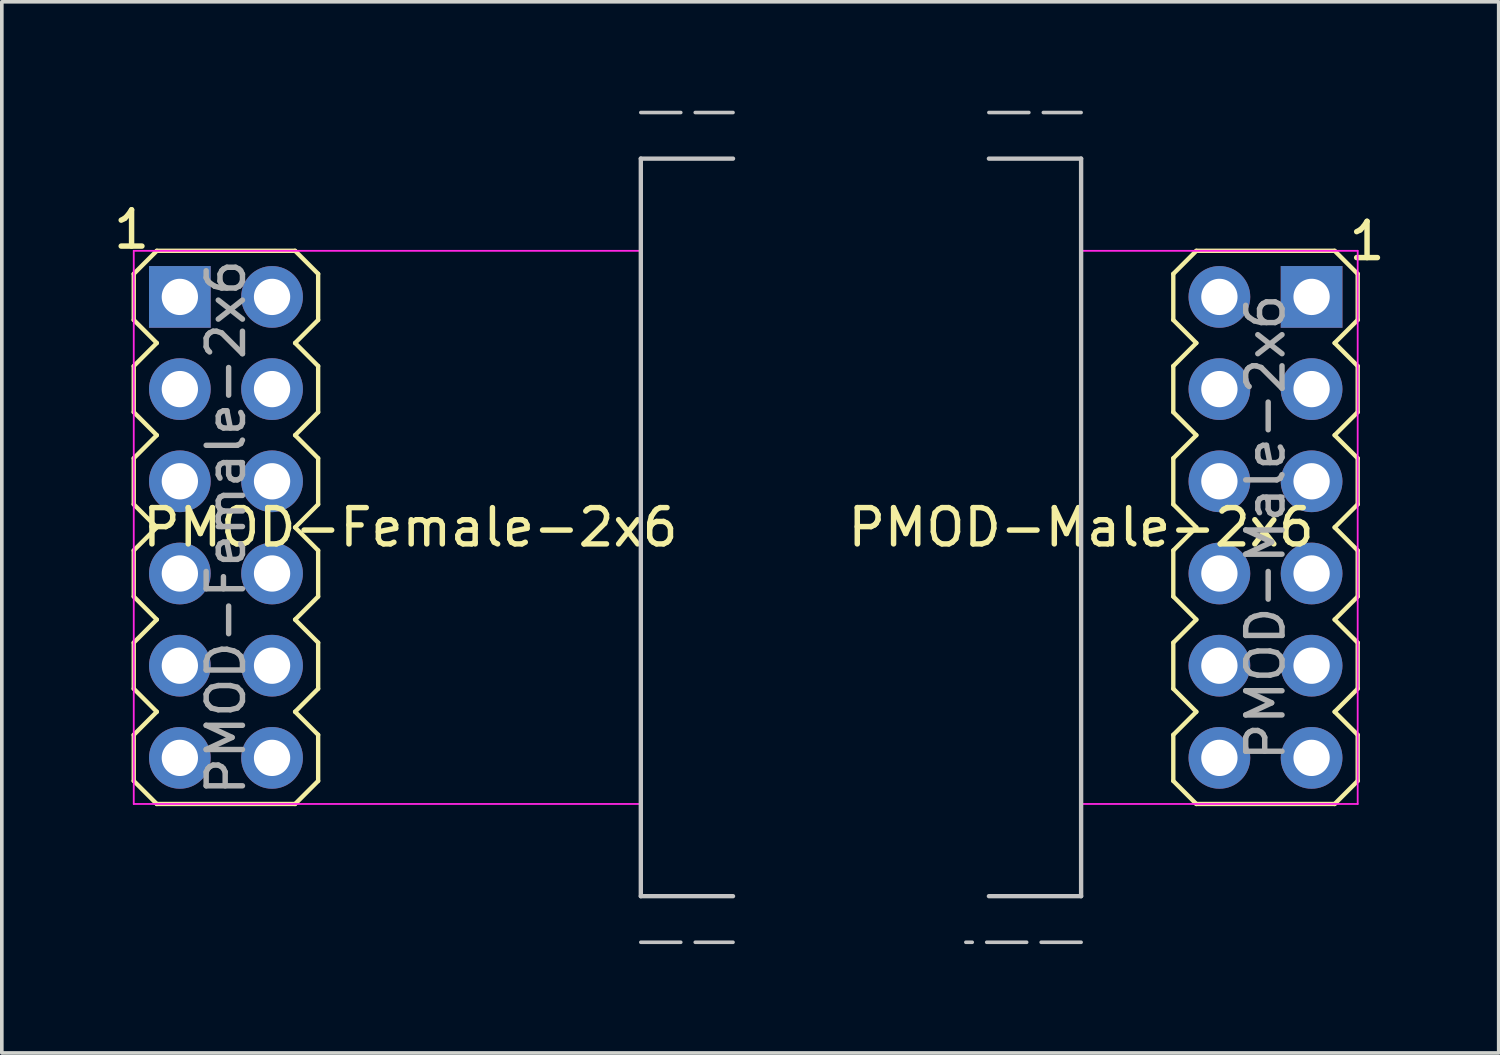
<source format=kicad_pcb>
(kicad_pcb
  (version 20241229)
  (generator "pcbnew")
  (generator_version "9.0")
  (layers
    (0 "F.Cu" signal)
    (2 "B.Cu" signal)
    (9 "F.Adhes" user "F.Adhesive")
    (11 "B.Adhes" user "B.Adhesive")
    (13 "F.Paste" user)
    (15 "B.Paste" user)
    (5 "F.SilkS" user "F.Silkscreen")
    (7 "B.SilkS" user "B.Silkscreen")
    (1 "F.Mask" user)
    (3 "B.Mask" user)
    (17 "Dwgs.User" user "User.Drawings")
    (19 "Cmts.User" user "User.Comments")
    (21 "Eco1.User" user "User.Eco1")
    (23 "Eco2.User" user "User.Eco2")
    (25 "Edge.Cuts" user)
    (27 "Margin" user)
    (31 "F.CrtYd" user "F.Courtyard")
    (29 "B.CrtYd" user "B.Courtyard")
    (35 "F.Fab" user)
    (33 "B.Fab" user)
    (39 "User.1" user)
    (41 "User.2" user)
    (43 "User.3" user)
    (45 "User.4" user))
  (footprint "PMOD-Male-2x6"
    (layer "F.Cu")
    (at 31.815 11.48)
    (property "Reference" "PMOD-Male-2x6" (at -5.08 0 0) (unlocked yes) (layer "F.SilkS") (effects (font (size 1 1) (thickness 0.15))))
    (attr through_hole)
    (fp_line (start -2.54 -6.985) (end -2.54 -5.715) (stroke (width 0.12) (type default)) (layer "F.SilkS"))
    (fp_line (start -2.54 -5.715) (end -1.905 -5.08) (stroke (width 0.12) (type default)) (layer "F.SilkS"))
    (fp_line (start -2.54 -4.445) (end -2.54 -3.175) (stroke (width 0.12) (type default)) (layer "F.SilkS"))
    (fp_line (start -2.54 -3.175) (end -1.905 -2.54) (stroke (width 0.12) (type default)) (layer "F.SilkS"))
    (fp_line (start -2.54 -1.905) (end -2.54 -0.635) (stroke (width 0.12) (type default)) (layer "F.SilkS"))
    (fp_line (start -2.54 -0.635) (end -1.905 0) (stroke (width 0.12) (type default)) (layer "F.SilkS"))
    (fp_line (start -2.54 0.635) (end -2.54 1.905) (stroke (width 0.12) (type default)) (layer "F.SilkS"))
    (fp_line (start -2.54 1.905) (end -1.905 2.54) (stroke (width 0.12) (type default)) (layer "F.SilkS"))
    (fp_line (start -2.54 3.175) (end -2.54 4.445) (stroke (width 0.12) (type default)) (layer "F.SilkS"))
    (fp_line (start -2.54 4.445) (end -1.905 5.08) (stroke (width 0.12) (type default)) (layer "F.SilkS"))
    (fp_line (start -2.54 5.715) (end -2.54 6.985) (stroke (width 0.12) (type default)) (layer "F.SilkS"))
    (fp_line (start -2.54 6.985) (end -1.905 7.62) (stroke (width 0.12) (type default)) (layer "F.SilkS"))
    (fp_line (start -1.905 -7.62) (end -2.54 -6.985) (stroke (width 0.12) (type default)) (layer "F.SilkS"))
    (fp_line (start -1.905 -5.08) (end -2.54 -4.445) (stroke (width 0.12) (type default)) (layer "F.SilkS"))
    (fp_line (start -1.905 -2.54) (end -2.54 -1.905) (stroke (width 0.12) (type default)) (layer "F.SilkS"))
    (fp_line (start -1.905 0) (end -2.54 0.635) (stroke (width 0.12) (type default)) (layer "F.SilkS"))
    (fp_line (start -1.905 2.54) (end -2.54 3.175) (stroke (width 0.12) (type default)) (layer "F.SilkS"))
    (fp_line (start -1.905 5.08) (end -2.54 5.715) (stroke (width 0.12) (type default)) (layer "F.SilkS"))
    (fp_line (start -1.905 7.62) (end 1.905 7.62) (stroke (width 0.12) (type default)) (layer "F.SilkS"))
    (fp_line (start 1.905 -7.62) (end -1.905 -7.62) (stroke (width 0.12) (type default)) (layer "F.SilkS"))
    (fp_line (start 1.905 -5.08) (end 2.54 -5.715) (stroke (width 0.12) (type default)) (layer "F.SilkS"))
    (fp_line (start 1.905 -2.54) (end 2.54 -3.175) (stroke (width 0.12) (type default)) (layer "F.SilkS"))
    (fp_line (start 1.905 0) (end 2.54 -0.635) (stroke (width 0.12) (type default)) (layer "F.SilkS"))
    (fp_line (start 1.905 2.54) (end 2.54 1.905) (stroke (width 0.12) (type default)) (layer "F.SilkS"))
    (fp_line (start 1.905 5.08) (end 2.54 4.445) (stroke (width 0.12) (type default)) (layer "F.SilkS"))
    (fp_line (start 1.905 7.62) (end 2.54 6.985) (stroke (width 0.12) (type default)) (layer "F.SilkS"))
    (fp_line (start 2.54 -6.985) (end 1.905 -7.62) (stroke (width 0.12) (type default)) (layer "F.SilkS"))
    (fp_line (start 2.54 -5.715) (end 2.54 -6.985) (stroke (width 0.12) (type default)) (layer "F.SilkS"))
    (fp_line (start 2.54 -4.445) (end 1.905 -5.08) (stroke (width 0.12) (type default)) (layer "F.SilkS"))
    (fp_line (start 2.54 -3.175) (end 2.54 -4.445) (stroke (width 0.12) (type default)) (layer "F.SilkS"))
    (fp_line (start 2.54 -1.905) (end 1.905 -2.54) (stroke (width 0.12) (type default)) (layer "F.SilkS"))
    (fp_line (start 2.54 -0.635) (end 2.54 -1.905) (stroke (width 0.12) (type default)) (layer "F.SilkS"))
    (fp_line (start 2.54 0.635) (end 1.905 0) (stroke (width 0.12) (type default)) (layer "F.SilkS"))
    (fp_line (start 2.54 1.905) (end 2.54 0.635) (stroke (width 0.12) (type default)) (layer "F.SilkS"))
    (fp_line (start 2.54 3.175) (end 1.905 2.54) (stroke (width 0.12) (type default)) (layer "F.SilkS"))
    (fp_line (start 2.54 4.445) (end 2.54 3.175) (stroke (width 0.12) (type default)) (layer "F.SilkS"))
    (fp_line (start 2.54 5.715) (end 1.905 5.08) (stroke (width 0.12) (type default)) (layer "F.SilkS"))
    (fp_line (start 2.54 6.985) (end 2.54 5.715) (stroke (width 0.12) (type default)) (layer "F.SilkS"))
    (fp_line (start -7.62 -11.43) (end -5.08 -11.43) (stroke (width 0.1) (type dash)) (layer "Dwgs.User"))
    (fp_line (start -5.08 -10.16) (end -7.62 -10.16) (stroke (width 0.12) (type default)) (layer "Dwgs.User"))
    (fp_line (start -5.08 -10.16) (end -5.08 10.16) (stroke (width 0.12) (type default)) (layer "Dwgs.User"))
    (fp_line (start -5.08 10.16) (end -7.62 10.16) (stroke (width 0.12) (type default)) (layer "Dwgs.User"))
    (fp_line (start -5.08 11.43) (end -8.255 11.43) (stroke (width 0.1) (type dash)) (layer "Dwgs.User"))
    (fp_line (start -5.08 -7.62) (end 2.54 -7.62) (stroke (width 0.05) (type default)) (layer "F.CrtYd"))
    (fp_line (start -5.08 7.62) (end -5.08 -7.62) (stroke (width 0.05) (type default)) (layer "F.CrtYd"))
    (fp_line (start 2.54 -7.62) (end 2.54 7.62) (stroke (width 0.05) (type default)) (layer "F.CrtYd"))
    (fp_line (start 2.54 7.62) (end -5.08 7.62) (stroke (width 0.05) (type default)) (layer "F.CrtYd"))
    (fp_text user "1" (at 2.223 -7.303 0) (unlocked yes) (layer "F.SilkS") (effects (font (size 1 1) (thickness 0.15)) (justify left bottom)))
    (fp_text user "${REFERENCE}" (at 0 0 90) (unlocked yes) (layer "F.Fab") (effects (font (size 1 1) (thickness 0.15))))
    (pad "1" thru_hole rect (at 1.27 -6.35) (size 1.7 1.7) (drill 1) (layers "*.Cu" "*.Mask"))
    (pad "2" thru_hole circle (at 1.27 -3.81) (size 1.7 1.7) (drill 1) (layers "*.Cu" "*.Mask"))
    (pad "3" thru_hole circle (at 1.27 -1.27) (size 1.7 1.7) (drill 1) (layers "*.Cu" "*.Mask"))
    (pad "4" thru_hole circle (at 1.27 1.27) (size 1.7 1.7) (drill 1) (layers "*.Cu" "*.Mask"))
    (pad "5" thru_hole circle (at 1.27 3.81) (size 1.7 1.7) (drill 1) (layers "*.Cu" "*.Mask"))
    (pad "6" thru_hole circle (at 1.27 6.35) (size 1.7 1.7) (drill 1) (layers "*.Cu" "*.Mask"))
    (pad "7" thru_hole circle (at -1.27 -6.35) (size 1.7 1.7) (drill 1) (layers "*.Cu" "*.Mask"))
    (pad "8" thru_hole circle (at -1.27 -3.81) (size 1.7 1.7) (drill 1) (layers "*.Cu" "*.Mask"))
    (pad "9" thru_hole circle (at -1.27 -1.27) (size 1.7 1.7) (drill 1) (layers "*.Cu" "*.Mask"))
    (pad "10" thru_hole circle (at -1.27 1.27) (size 1.7 1.7) (drill 1) (layers "*.Cu" "*.Mask"))
    (pad "11" thru_hole circle (at -1.27 3.81) (size 1.7 1.7) (drill 1) (layers "*.Cu" "*.Mask"))
    (pad "12" thru_hole circle (at -1.27 6.35) (size 1.7 1.7) (drill 1) (layers "*.Cu" "*.Mask")))
  (footprint "PMOD-Female-2x6"
    (layer "F.Cu")
    (at 3.175 11.48)
    (property "Reference" "PMOD-Female-2x6" (at 5.08 0 0) (unlocked yes) (layer "F.SilkS") (effects (font (size 1 1) (thickness 0.15))))
    (attr through_hole)
    (fp_line (start -2.54 -6.985) (end -2.54 -5.715) (stroke (width 0.12) (type default)) (layer "F.SilkS"))
    (fp_line (start -2.54 -5.715) (end -1.905 -5.08) (stroke (width 0.12) (type default)) (layer "F.SilkS"))
    (fp_line (start -2.54 -4.445) (end -2.54 -3.175) (stroke (width 0.12) (type default)) (layer "F.SilkS"))
    (fp_line (start -2.54 -3.175) (end -1.905 -2.54) (stroke (width 0.12) (type default)) (layer "F.SilkS"))
    (fp_line (start -2.54 -1.905) (end -2.54 -0.635) (stroke (width 0.12) (type default)) (layer "F.SilkS"))
    (fp_line (start -2.54 -0.635) (end -1.905 0) (stroke (width 0.12) (type default)) (layer "F.SilkS"))
    (fp_line (start -2.54 0.635) (end -2.54 1.905) (stroke (width 0.12) (type default)) (layer "F.SilkS"))
    (fp_line (start -2.54 1.905) (end -1.905 2.54) (stroke (width 0.12) (type default)) (layer "F.SilkS"))
    (fp_line (start -2.54 3.175) (end -2.54 4.445) (stroke (width 0.12) (type default)) (layer "F.SilkS"))
    (fp_line (start -2.54 4.445) (end -1.905 5.08) (stroke (width 0.12) (type default)) (layer "F.SilkS"))
    (fp_line (start -2.54 5.715) (end -2.54 6.985) (stroke (width 0.12) (type default)) (layer "F.SilkS"))
    (fp_line (start -2.54 6.985) (end -1.905 7.62) (stroke (width 0.12) (type default)) (layer "F.SilkS"))
    (fp_line (start -1.905 -7.62) (end -2.54 -6.985) (stroke (width 0.12) (type default)) (layer "F.SilkS"))
    (fp_line (start -1.905 -5.08) (end -2.54 -4.445) (stroke (width 0.12) (type default)) (layer "F.SilkS"))
    (fp_line (start -1.905 -2.54) (end -2.54 -1.905) (stroke (width 0.12) (type default)) (layer "F.SilkS"))
    (fp_line (start -1.905 0) (end -2.54 0.635) (stroke (width 0.12) (type default)) (layer "F.SilkS"))
    (fp_line (start -1.905 2.54) (end -2.54 3.175) (stroke (width 0.12) (type default)) (layer "F.SilkS"))
    (fp_line (start -1.905 5.08) (end -2.54 5.715) (stroke (width 0.12) (type default)) (layer "F.SilkS"))
    (fp_line (start -1.905 7.62) (end 1.905 7.62) (stroke (width 0.12) (type default)) (layer "F.SilkS"))
    (fp_line (start 1.905 -7.62) (end -1.905 -7.62) (stroke (width 0.12) (type default)) (layer "F.SilkS"))
    (fp_line (start 1.905 -5.08) (end 2.54 -5.715) (stroke (width 0.12) (type default)) (layer "F.SilkS"))
    (fp_line (start 1.905 -2.54) (end 2.54 -3.175) (stroke (width 0.12) (type default)) (layer "F.SilkS"))
    (fp_line (start 1.905 0) (end 2.54 -0.635) (stroke (width 0.12) (type default)) (layer "F.SilkS"))
    (fp_line (start 1.905 2.54) (end 2.54 1.905) (stroke (width 0.12) (type default)) (layer "F.SilkS"))
    (fp_line (start 1.905 5.08) (end 2.54 4.445) (stroke (width 0.12) (type default)) (layer "F.SilkS"))
    (fp_line (start 1.905 7.62) (end 2.54 6.985) (stroke (width 0.12) (type default)) (layer "F.SilkS"))
    (fp_line (start 2.54 -6.985) (end 1.905 -7.62) (stroke (width 0.12) (type default)) (layer "F.SilkS"))
    (fp_line (start 2.54 -5.715) (end 2.54 -6.985) (stroke (width 0.12) (type default)) (layer "F.SilkS"))
    (fp_line (start 2.54 -4.445) (end 1.905 -5.08) (stroke (width 0.12) (type default)) (layer "F.SilkS"))
    (fp_line (start 2.54 -3.175) (end 2.54 -4.445) (stroke (width 0.12) (type default)) (layer "F.SilkS"))
    (fp_line (start 2.54 -1.905) (end 1.905 -2.54) (stroke (width 0.12) (type default)) (layer "F.SilkS"))
    (fp_line (start 2.54 -0.635) (end 2.54 -1.905) (stroke (width 0.12) (type default)) (layer "F.SilkS"))
    (fp_line (start 2.54 0.635) (end 1.905 0) (stroke (width 0.12) (type default)) (layer "F.SilkS"))
    (fp_line (start 2.54 1.905) (end 2.54 0.635) (stroke (width 0.12) (type default)) (layer "F.SilkS"))
    (fp_line (start 2.54 3.175) (end 1.905 2.54) (stroke (width 0.12) (type default)) (layer "F.SilkS"))
    (fp_line (start 2.54 4.445) (end 2.54 3.175) (stroke (width 0.12) (type default)) (layer "F.SilkS"))
    (fp_line (start 2.54 5.715) (end 1.905 5.08) (stroke (width 0.12) (type default)) (layer "F.SilkS"))
    (fp_line (start 2.54 6.985) (end 2.54 5.715) (stroke (width 0.12) (type default)) (layer "F.SilkS"))
    (fp_line (start 11.43 -11.43) (end 13.97 -11.43) (stroke (width 0.1) (type dash)) (layer "Dwgs.User"))
    (fp_line (start 11.43 -10.16) (end 11.43 10.16) (stroke (width 0.12) (type default)) (layer "Dwgs.User"))
    (fp_line (start 11.43 10.16) (end 13.97 10.16) (stroke (width 0.12) (type default)) (layer "Dwgs.User"))
    (fp_line (start 11.43 11.43) (end 13.97 11.43) (stroke (width 0.1) (type dash)) (layer "Dwgs.User"))
    (fp_line (start 13.97 -10.16) (end 11.43 -10.16) (stroke (width 0.12) (type default)) (layer "Dwgs.User"))
    (fp_line (start -2.54 -7.62) (end 11.43 -7.62) (stroke (width 0.05) (type default)) (layer "F.CrtYd"))
    (fp_line (start -2.54 7.62) (end -2.54 -7.62) (stroke (width 0.05) (type default)) (layer "F.CrtYd"))
    (fp_line (start 11.43 -7.62) (end 11.43 7.62) (stroke (width 0.05) (type default)) (layer "F.CrtYd"))
    (fp_line (start 11.43 7.62) (end -2.54 7.62) (stroke (width 0.05) (type default)) (layer "F.CrtYd"))
    (fp_text user "1" (at -3.175 -7.62 0) (unlocked yes) (layer "F.SilkS") (effects (font (size 1 1) (thickness 0.15)) (justify left bottom)))
    (fp_text user "${REFERENCE}" (at 0 0 90) (unlocked yes) (layer "F.Fab") (effects (font (size 1 1) (thickness 0.15))))
    (pad "1" thru_hole rect (at -1.27 -6.35) (size 1.7 1.7) (drill 1) (layers "*.Cu" "*.Mask"))
    (pad "2" thru_hole circle (at -1.27 -3.81) (size 1.7 1.7) (drill 1) (layers "*.Cu" "*.Mask"))
    (pad "3" thru_hole circle (at -1.27 -1.27) (size 1.7 1.7) (drill 1) (layers "*.Cu" "*.Mask"))
    (pad "4" thru_hole circle (at -1.27 1.27) (size 1.7 1.7) (drill 1) (layers "*.Cu" "*.Mask"))
    (pad "5" thru_hole circle (at -1.27 3.81) (size 1.7 1.7) (drill 1) (layers "*.Cu" "*.Mask"))
    (pad "6" thru_hole circle (at -1.27 6.35) (size 1.7 1.7) (drill 1) (layers "*.Cu" "*.Mask"))
    (pad "7" thru_hole circle (at 1.27 -6.35) (size 1.7 1.7) (drill 1) (layers "*.Cu" "*.Mask"))
    (pad "8" thru_hole circle (at 1.27 -3.81) (size 1.7 1.7) (drill 1) (layers "*.Cu" "*.Mask"))
    (pad "9" thru_hole circle (at 1.27 -1.27) (size 1.7 1.7) (drill 1) (layers "*.Cu" "*.Mask"))
    (pad "10" thru_hole circle (at 1.27 1.27) (size 1.7 1.7) (drill 1) (layers "*.Cu" "*.Mask"))
    (pad "11" thru_hole circle (at 1.27 3.81) (size 1.7 1.7) (drill 1) (layers "*.Cu" "*.Mask"))
    (pad "12" thru_hole circle (at 1.27 6.35) (size 1.7 1.7) (drill 1) (layers "*.Cu" "*.Mask")))
  (gr_rect
    (start -3 -3)
    (end 38.24 25.96)
    (stroke (width 0.1) (type default))
    (fill no)
    (layer "Edge.Cuts")))
</source>
